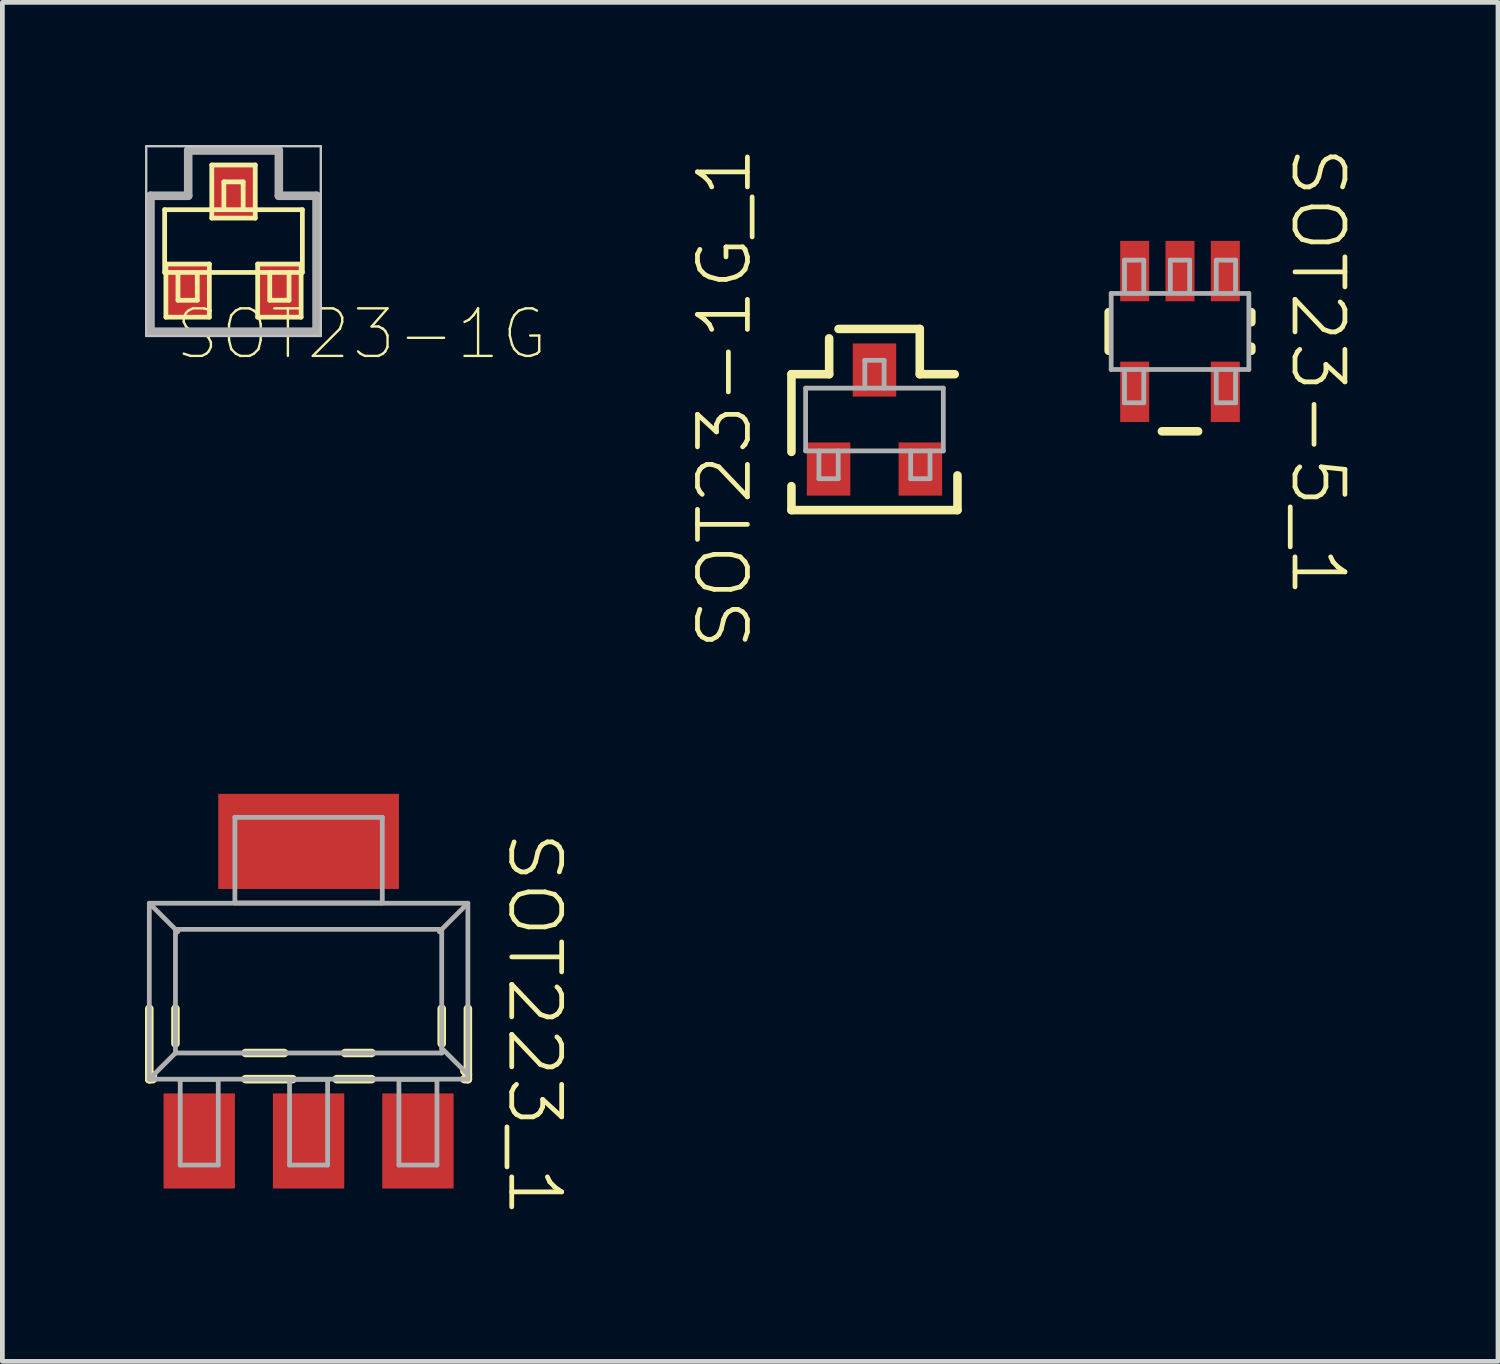
<source format=kicad_pcb>
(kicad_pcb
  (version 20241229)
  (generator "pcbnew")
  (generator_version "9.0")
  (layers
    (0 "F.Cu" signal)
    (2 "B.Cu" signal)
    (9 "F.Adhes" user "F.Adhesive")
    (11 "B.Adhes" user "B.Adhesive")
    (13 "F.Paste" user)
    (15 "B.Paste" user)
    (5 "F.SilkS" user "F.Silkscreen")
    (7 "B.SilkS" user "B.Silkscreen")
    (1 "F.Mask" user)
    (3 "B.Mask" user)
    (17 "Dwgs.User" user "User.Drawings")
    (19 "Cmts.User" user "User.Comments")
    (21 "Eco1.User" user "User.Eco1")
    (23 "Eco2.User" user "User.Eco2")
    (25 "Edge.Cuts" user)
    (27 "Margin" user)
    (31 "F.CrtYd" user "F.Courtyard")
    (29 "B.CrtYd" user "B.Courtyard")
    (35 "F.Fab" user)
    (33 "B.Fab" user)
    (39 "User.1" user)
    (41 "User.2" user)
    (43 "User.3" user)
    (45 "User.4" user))
  (footprint "SOT223_1"
    (layer "F.Cu")
    (at 3.44 17.796)
    (property "Reference" "SOT223_1" (at 4.753 0.698 270) (unlocked yes) (layer "F.SilkS") (effects (font (size 1.05 1.104) (thickness 0.1))))
    (attr smd)
    (fp_line (start -3.35 1.85) (end -3.35 0.37) (stroke (width 0.18) (type solid)) (layer "F.SilkS"))
    (fp_line (start -3.35 1.85) (end -3.275 1.775) (stroke (width 0.18) (type solid)) (layer "F.SilkS"))
    (fp_line (start -3.35 1.85) (end -3.275 1.85) (stroke (width 0.18) (type solid)) (layer "F.SilkS"))
    (fp_line (start -2.8 1.1) (end -2.8 0.37) (stroke (width 0.18) (type solid)) (layer "F.SilkS"))
    (fp_line (start -1.325 1.3) (end -0.515 1.3) (stroke (width 0.18) (type solid)) (layer "F.SilkS"))
    (fp_line (start -1.325 1.85) (end -0.337 1.85) (stroke (width 0.18) (type solid)) (layer "F.SilkS"))
    (fp_line (start 0.591 1.85) (end 1.325 1.85) (stroke (width 0.18) (type solid)) (layer "F.SilkS"))
    (fp_line (start 0.769 1.3) (end 1.325 1.3) (stroke (width 0.18) (type solid)) (layer "F.SilkS"))
    (fp_line (start 2.8 1.1) (end 2.8 0.37) (stroke (width 0.18) (type solid)) (layer "F.SilkS"))
    (fp_line (start 3.275 1.675) (end 3.35 1.75) (stroke (width 0.18) (type solid)) (layer "F.SilkS"))
    (fp_line (start 3.275 1.85) (end 3.35 1.85) (stroke (width 0.18) (type solid)) (layer "F.SilkS"))
    (fp_line (start 3.35 1.85) (end 3.35 0.37) (stroke (width 0.18) (type solid)) (layer "F.SilkS"))
    (fp_line (start -3.35 -1.85) (end 3.35 -1.85) (stroke (width 0.1) (type solid)) (layer "F.Fab"))
    (fp_line (start -3.35 1.85) (end -3.35 -1.85) (stroke (width 0.1) (type solid)) (layer "F.Fab"))
    (fp_line (start -3.35 1.85) (end -2.8 1.3) (stroke (width 0.1) (type solid)) (layer "F.Fab"))
    (fp_line (start -3.35 1.85) (end 3.35 1.85) (stroke (width 0.1) (type solid)) (layer "F.Fab"))
    (fp_line (start -3.3 -1.8) (end -2.75 -1.25) (stroke (width 0.1) (type solid)) (layer "F.Fab"))
    (fp_line (start -2.8 -1.3) (end 2.8 -1.3) (stroke (width 0.1) (type solid)) (layer "F.Fab"))
    (fp_line (start -2.8 1.3) (end -2.8 -1.3) (stroke (width 0.1) (type solid)) (layer "F.Fab"))
    (fp_line (start -2.8 1.3) (end 2.8 1.3) (stroke (width 0.1) (type solid)) (layer "F.Fab"))
    (fp_line (start -2.7 1.856) (end -1.9 1.856) (stroke (width 0.1) (type solid)) (layer "F.Fab"))
    (fp_line (start -2.7 3.656) (end -2.7 1.856) (stroke (width 0.1) (type solid)) (layer "F.Fab"))
    (fp_line (start -2.7 3.656) (end -1.9 3.656) (stroke (width 0.1) (type solid)) (layer "F.Fab"))
    (fp_line (start -1.9 3.656) (end -1.9 1.856) (stroke (width 0.1) (type solid)) (layer "F.Fab"))
    (fp_line (start -1.55 -3.656) (end 1.55 -3.656) (stroke (width 0.1) (type solid)) (layer "F.Fab"))
    (fp_line (start -1.55 -1.856) (end -1.55 -3.656) (stroke (width 0.1) (type solid)) (layer "F.Fab"))
    (fp_line (start -1.55 -1.856) (end 1.55 -1.856) (stroke (width 0.1) (type solid)) (layer "F.Fab"))
    (fp_line (start -0.4 1.856) (end 0.4 1.856) (stroke (width 0.1) (type solid)) (layer "F.Fab"))
    (fp_line (start -0.4 3.656) (end -0.4 1.856) (stroke (width 0.1) (type solid)) (layer "F.Fab"))
    (fp_line (start -0.4 3.656) (end 0.4 3.656) (stroke (width 0.1) (type solid)) (layer "F.Fab"))
    (fp_line (start 0.4 3.656) (end 0.4 1.856) (stroke (width 0.1) (type solid)) (layer "F.Fab"))
    (fp_line (start 1.55 -1.856) (end 1.55 -3.656) (stroke (width 0.1) (type solid)) (layer "F.Fab"))
    (fp_line (start 1.9 1.856) (end 2.7 1.856) (stroke (width 0.1) (type solid)) (layer "F.Fab"))
    (fp_line (start 1.9 3.656) (end 1.9 1.856) (stroke (width 0.1) (type solid)) (layer "F.Fab"))
    (fp_line (start 1.9 3.656) (end 2.7 3.656) (stroke (width 0.1) (type solid)) (layer "F.Fab"))
    (fp_line (start 2.7 3.656) (end 2.7 1.856) (stroke (width 0.1) (type solid)) (layer "F.Fab"))
    (fp_line (start 2.75 -1.25) (end 3.3 -1.8) (stroke (width 0.1) (type solid)) (layer "F.Fab"))
    (fp_line (start 2.8 1.2) (end 3.35 1.75) (stroke (width 0.1) (type solid)) (layer "F.Fab"))
    (fp_line (start 2.8 1.3) (end 2.8 -1.3) (stroke (width 0.1) (type solid)) (layer "F.Fab"))
    (fp_line (start 3.35 1.85) (end 3.35 -1.85) (stroke (width 0.1) (type solid)) (layer "F.Fab"))
    (pad "1" smd rect (at -2.3 3.15) (size 1.5 2) (layers "F.Cu" "F.Mask" "F.Paste"))
    (pad "2" smd rect (at 0 3.15) (size 1.5 2) (layers "F.Cu" "F.Mask" "F.Paste"))
    (pad "3" smd rect (at 2.3 3.15) (size 1.5 2) (layers "F.Cu" "F.Mask" "F.Paste"))
    (pad "4" smd rect (at 0 -3.15 90) (size 2 3.8) (layers "F.Cu" "F.Mask" "F.Paste")))
  (footprint "SOT23-1G"
    (placed yes)
    (layer "F.Cu")
    (at 1.861 2.02)
    (property "Reference" "SOT23-1G" (at -1.27 2.54 0) (layer "F.SilkS") (effects (font (size 1 1) (thickness 0.05)) (justify left bottom)))
    (attr through_hole)
    (fp_line (start -1.448 -0.66) (end -1.448 0.66) (stroke (width 0.1) (type solid)) (layer "F.SilkS"))
    (fp_line (start -1.448 0.66) (end 1.448 0.66) (stroke (width 0.1) (type solid)) (layer "F.SilkS"))
    (fp_line (start -1.422 0.483) (end -0.508 0.483) (stroke (width 0.1) (type solid)) (layer "F.SilkS"))
    (fp_line (start -1.422 1.6) (end -1.422 0.483) (stroke (width 0.1) (type solid)) (layer "F.SilkS"))
    (fp_line (start -1.168 1.245) (end -1.168 0.66) (stroke (width 0.1) (type solid)) (layer "F.SilkS"))
    (fp_line (start -0.762 0.66) (end -0.762 1.245) (stroke (width 0.1) (type solid)) (layer "F.SilkS"))
    (fp_line (start -0.762 1.245) (end -1.168 1.245) (stroke (width 0.1) (type solid)) (layer "F.SilkS"))
    (fp_line (start -0.508 0.483) (end -0.508 1.6) (stroke (width 0.1) (type solid)) (layer "F.SilkS"))
    (fp_line (start -0.508 1.6) (end -1.422 1.6) (stroke (width 0.1) (type solid)) (layer "F.SilkS"))
    (fp_line (start -0.457 -1.6) (end 0.457 -1.6) (stroke (width 0.1) (type solid)) (layer "F.SilkS"))
    (fp_line (start -0.457 -0.483) (end -0.457 -1.6) (stroke (width 0.1) (type solid)) (layer "F.SilkS"))
    (fp_line (start -0.203 -1.245) (end 0.203 -1.245) (stroke (width 0.1) (type solid)) (layer "F.SilkS"))
    (fp_line (start -0.203 -0.66) (end -0.203 -1.245) (stroke (width 0.1) (type solid)) (layer "F.SilkS"))
    (fp_line (start 0.203 -1.245) (end 0.203 -0.66) (stroke (width 0.1) (type solid)) (layer "F.SilkS"))
    (fp_line (start 0.457 -1.6) (end 0.457 -0.483) (stroke (width 0.1) (type solid)) (layer "F.SilkS"))
    (fp_line (start 0.457 -0.483) (end -0.457 -0.483) (stroke (width 0.1) (type solid)) (layer "F.SilkS"))
    (fp_line (start 0.508 0.483) (end 1.422 0.483) (stroke (width 0.1) (type solid)) (layer "F.SilkS"))
    (fp_line (start 0.508 1.6) (end 0.508 0.483) (stroke (width 0.1) (type solid)) (layer "F.SilkS"))
    (fp_line (start 0.762 1.245) (end 0.762 0.66) (stroke (width 0.1) (type solid)) (layer "F.SilkS"))
    (fp_line (start 1.168 0.66) (end 1.168 1.245) (stroke (width 0.1) (type solid)) (layer "F.SilkS"))
    (fp_line (start 1.168 1.245) (end 0.762 1.245) (stroke (width 0.1) (type solid)) (layer "F.SilkS"))
    (fp_line (start 1.422 0.483) (end 1.422 1.6) (stroke (width 0.1) (type solid)) (layer "F.SilkS"))
    (fp_line (start 1.422 1.6) (end 0.508 1.6) (stroke (width 0.1) (type solid)) (layer "F.SilkS"))
    (fp_line (start 1.448 -0.66) (end -1.448 -0.66) (stroke (width 0.1) (type solid)) (layer "F.SilkS"))
    (fp_line (start 1.448 0.66) (end 1.448 -0.66) (stroke (width 0.1) (type solid)) (layer "F.SilkS"))
    (fp_line (start -1.836 -1.995) (end 1.836 -1.995) (stroke (width 0.05) (type solid)) (layer "Dwgs.User"))
    (fp_line (start -1.836 1.995) (end -1.836 -1.995) (stroke (width 0.05) (type solid)) (layer "Dwgs.User"))
    (fp_line (start 1.836 -1.995) (end 1.836 1.995) (stroke (width 0.05) (type solid)) (layer "Dwgs.User"))
    (fp_line (start 1.836 1.995) (end -1.836 1.995) (stroke (width 0.05) (type solid)) (layer "Dwgs.User"))
    (fp_line (start -1.746 -0.953) (end -1.746 1.905) (stroke (width 0.18) (type solid)) (layer "F.Fab"))
    (fp_line (start -1.746 1.905) (end 1.746 1.905) (stroke (width 0.18) (type solid)) (layer "F.Fab"))
    (fp_line (start -0.953 -1.905) (end -0.953 -0.953) (stroke (width 0.18) (type solid)) (layer "F.Fab"))
    (fp_line (start -0.953 -0.953) (end -1.746 -0.953) (stroke (width 0.18) (type solid)) (layer "F.Fab"))
    (fp_line (start 0.953 -1.905) (end -0.953 -1.905) (stroke (width 0.18) (type solid)) (layer "F.Fab"))
    (fp_line (start 0.953 -0.953) (end 0.953 -1.905) (stroke (width 0.18) (type solid)) (layer "F.Fab"))
    (fp_line (start 1.746 -0.953) (end 0.953 -0.953) (stroke (width 0.18) (type solid)) (layer "F.Fab"))
    (fp_line (start 1.746 1.905) (end 1.746 -0.953) (stroke (width 0.18) (type solid)) (layer "F.Fab"))
    (fp_poly (pts (xy -1.746 1.905) (xy -1.746 -0.953) (xy -0.953 -0.953) (xy -0.953 -1.905) (xy 0.953 -1.905) (xy 0.953 -0.953) (xy 1.746 -0.953) (xy 1.746 1.905) (xy -1.746 1.905)) (stroke (width 0.02) (type solid)) (fill no) (layer "F.Fab"))
    (pad "1" smd rect (at -0.965 1.041) (size 0.914 1.118) (layers "F.Cu" "F.Mask" "F.Paste"))
    (pad "2" smd rect (at 0.965 1.041) (size 0.914 1.118) (layers "F.Cu" "F.Mask" "F.Paste"))
    (pad "3" smd rect (at 0 -1.041) (size 0.914 1.118) (layers "F.Cu" "F.Mask" "F.Paste")))
  (footprint "SOT23-1G_1"
    (layer "F.Cu")
    (at 15.341 5.773)
    (property "Reference" "SOT23-1G_1" (at -3.153 -0.45 90) (unlocked yes) (layer "F.SilkS") (effects (font (size 1.05 1.104) (thickness 0.1))))
    (attr smd)
    (fp_line (start -1.746 -0.953) (end -0.953 -0.953) (stroke (width 0.18) (type solid)) (layer "F.SilkS"))
    (fp_line (start -1.746 0.681) (end -1.746 -0.953) (stroke (width 0.18) (type solid)) (layer "F.SilkS"))
    (fp_line (start -1.746 1.905) (end -1.746 1.401) (stroke (width 0.18) (type solid)) (layer "F.SilkS"))
    (fp_line (start -1.746 1.905) (end 1.746 1.905) (stroke (width 0.18) (type solid)) (layer "F.SilkS"))
    (fp_line (start -0.953 -0.953) (end -0.953 -1.707) (stroke (width 0.18) (type solid)) (layer "F.SilkS"))
    (fp_line (start -0.755 -1.905) (end 0.953 -1.905) (stroke (width 0.18) (type solid)) (layer "F.SilkS"))
    (fp_line (start 0.953 -0.953) (end 0.953 -1.905) (stroke (width 0.18) (type solid)) (layer "F.SilkS"))
    (fp_line (start 0.953 -0.953) (end 1.688 -0.953) (stroke (width 0.18) (type solid)) (layer "F.SilkS"))
    (fp_line (start 1.746 1.905) (end 1.746 1.175) (stroke (width 0.18) (type solid)) (layer "F.SilkS"))
    (fp_line (start -1.448 -0.66) (end 1.448 -0.66) (stroke (width 0.1) (type solid)) (layer "F.Fab"))
    (fp_line (start -1.448 0.66) (end -1.448 -0.66) (stroke (width 0.1) (type solid)) (layer "F.Fab"))
    (fp_line (start -1.448 0.66) (end 1.448 0.66) (stroke (width 0.1) (type solid)) (layer "F.Fab"))
    (fp_line (start -1.168 1.245) (end -1.168 0.66) (stroke (width 0.1) (type solid)) (layer "F.Fab"))
    (fp_line (start -1.168 1.245) (end -0.762 1.245) (stroke (width 0.1) (type solid)) (layer "F.Fab"))
    (fp_line (start -0.762 1.245) (end -0.762 0.66) (stroke (width 0.1) (type solid)) (layer "F.Fab"))
    (fp_line (start -0.203 -1.245) (end 0.203 -1.245) (stroke (width 0.1) (type solid)) (layer "F.Fab"))
    (fp_line (start -0.203 -0.66) (end -0.203 -1.245) (stroke (width 0.1) (type solid)) (layer "F.Fab"))
    (fp_line (start 0.203 -0.66) (end 0.203 -1.245) (stroke (width 0.1) (type solid)) (layer "F.Fab"))
    (fp_line (start 0.762 1.245) (end 0.762 0.66) (stroke (width 0.1) (type solid)) (layer "F.Fab"))
    (fp_line (start 0.762 1.245) (end 1.168 1.245) (stroke (width 0.1) (type solid)) (layer "F.Fab"))
    (fp_line (start 1.168 1.245) (end 1.168 0.66) (stroke (width 0.1) (type solid)) (layer "F.Fab"))
    (fp_line (start 1.448 0.66) (end 1.448 -0.66) (stroke (width 0.1) (type solid)) (layer "F.Fab"))
    (pad "1" smd rect (at -0.965 1.041) (size 0.914 1.118) (layers "F.Cu" "F.Mask" "F.Paste"))
    (pad "2" smd rect (at 0.965 1.041) (size 0.914 1.118) (layers "F.Cu" "F.Mask" "F.Paste"))
    (pad "3" smd rect (at 0 -1.041) (size 0.914 1.118) (layers "F.Cu" "F.Mask" "F.Paste")))
  (footprint "SOT23-5_1"
    (layer "F.Cu")
    (at 21.767 3.921)
    (property "Reference" "SOT23-5_1" (at 2.899 0.85 270) (unlocked yes) (layer "F.SilkS") (effects (font (size 1.05 1.104) (thickness 0.1))))
    (attr smd)
    (fp_line (start -1.5 0.406) (end -1.5 -0.406) (stroke (width 0.18) (type solid)) (layer "F.SilkS"))
    (fp_line (start -0.381 2.1) (end 0.381 2.1) (stroke (width 0.18) (type solid)) (layer "F.SilkS"))
    (fp_line (start 1.5 -0.194) (end 1.5 -0.406) (stroke (width 0.18) (type solid)) (layer "F.SilkS"))
    (fp_line (start 1.5 0.406) (end 1.5 0.321) (stroke (width 0.18) (type solid)) (layer "F.SilkS"))
    (fp_line (start -1.448 -0.8) (end 1.448 -0.8) (stroke (width 0.1) (type solid)) (layer "F.Fab"))
    (fp_line (start -1.448 0.8) (end -1.448 -0.8) (stroke (width 0.1) (type solid)) (layer "F.Fab"))
    (fp_line (start -1.448 0.8) (end 1.448 0.8) (stroke (width 0.1) (type solid)) (layer "F.Fab"))
    (fp_line (start -1.168 -1.5) (end -0.762 -1.5) (stroke (width 0.1) (type solid)) (layer "F.Fab"))
    (fp_line (start -1.168 -0.86) (end -1.168 -1.5) (stroke (width 0.1) (type solid)) (layer "F.Fab"))
    (fp_line (start -1.168 1.5) (end -1.168 0.86) (stroke (width 0.1) (type solid)) (layer "F.Fab"))
    (fp_line (start -1.168 1.5) (end -0.762 1.5) (stroke (width 0.1) (type solid)) (layer "F.Fab"))
    (fp_line (start -0.762 -0.86) (end -0.762 -1.5) (stroke (width 0.1) (type solid)) (layer "F.Fab"))
    (fp_line (start -0.762 1.5) (end -0.762 0.86) (stroke (width 0.1) (type solid)) (layer "F.Fab"))
    (fp_line (start -0.203 -1.5) (end 0.203 -1.5) (stroke (width 0.1) (type solid)) (layer "F.Fab"))
    (fp_line (start -0.203 -0.86) (end -0.203 -1.5) (stroke (width 0.1) (type solid)) (layer "F.Fab"))
    (fp_line (start 0.203 -0.86) (end 0.203 -1.5) (stroke (width 0.1) (type solid)) (layer "F.Fab"))
    (fp_line (start 0.762 -1.5) (end 1.168 -1.5) (stroke (width 0.1) (type solid)) (layer "F.Fab"))
    (fp_line (start 0.762 -0.86) (end 0.762 -1.5) (stroke (width 0.1) (type solid)) (layer "F.Fab"))
    (fp_line (start 0.762 1.5) (end 0.762 0.86) (stroke (width 0.1) (type solid)) (layer "F.Fab"))
    (fp_line (start 0.762 1.5) (end 1.168 1.5) (stroke (width 0.1) (type solid)) (layer "F.Fab"))
    (fp_line (start 1.168 -0.86) (end 1.168 -1.5) (stroke (width 0.1) (type solid)) (layer "F.Fab"))
    (fp_line (start 1.168 1.5) (end 1.168 0.86) (stroke (width 0.1) (type solid)) (layer "F.Fab"))
    (fp_line (start 1.448 0.8) (end 1.448 -0.8) (stroke (width 0.1) (type solid)) (layer "F.Fab"))
    (pad "1" smd rect (at 0.953 -1.27) (size 0.61 1.27) (layers "F.Cu" "F.Mask" "F.Paste"))
    (pad "2" smd rect (at 0 -1.27) (size 0.61 1.27) (layers "F.Cu" "F.Mask" "F.Paste"))
    (pad "3" smd rect (at -0.953 -1.27) (size 0.61 1.27) (layers "F.Cu" "F.Mask" "F.Paste"))
    (pad "4" smd rect (at -0.953 1.27) (size 0.61 1.27) (layers "F.Cu" "F.Mask" "F.Paste"))
    (pad "5" smd rect (at 0.953 1.27) (size 0.61 1.27) (layers "F.Cu" "F.Mask" "F.Paste")))
  (gr_rect
    (start -3 -3)
    (end 28.455 25.581)
    (stroke (width 0.1) (type default))
    (fill no)
    (layer "Edge.Cuts")))
</source>
